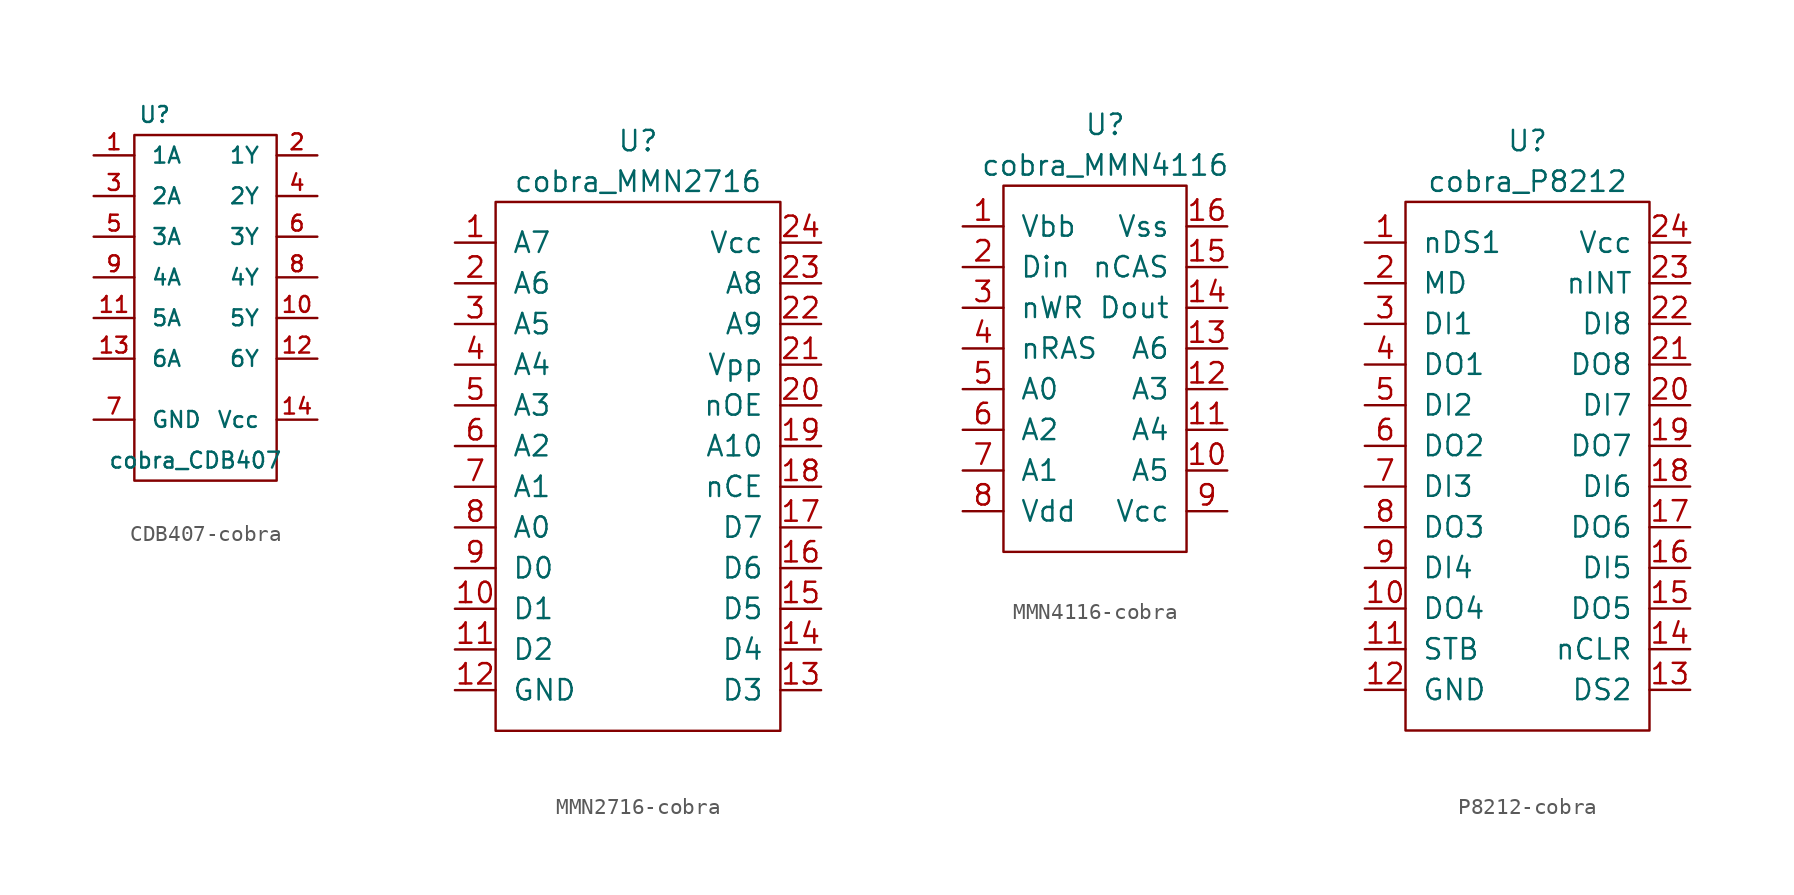
<source format=kicad_sym>
(kicad_symbol_lib
  (version 20220914)
  (generator kicad_symbol_editor)
  (symbol "CDB407-cobra"
    (pin_names
      (offset 1.016))
    (property "Reference" "U"
      (at -3.81 1.27 0)
      (effects (font (size 0.991 0.991))))
    (property "Value" "cobra_CDB407"
      (at -1.27 -20.32 0)
      (effects (font (size 0.991 0.991))))
    (symbol "CDB407-cobra_0_1"
      (rectangle (start -5.08 0) (end 3.81 -21.59) (stroke (width 0) (type solid)) (fill (type none))))
    (symbol "CDB407-cobra_1_1"
      (pin input line (at -7.62 -1.27 0) (length 2.54) (name "1A" (effects (font (size 0.991 0.991)))) (number "1" (effects (font (size 0.991 0.991)))))
      (pin open_collector line (at 6.35 -11.43 180) (length 2.54) (name "5Y" (effects (font (size 0.991 0.991)))) (number "10" (effects (font (size 0.991 0.991)))))
      (pin input line (at -7.62 -11.43 0) (length 2.54) (name "5A" (effects (font (size 0.991 0.991)))) (number "11" (effects (font (size 0.991 0.991)))))
      (pin open_collector line (at 6.35 -13.97 180) (length 2.54) (name "6Y" (effects (font (size 0.991 0.991)))) (number "12" (effects (font (size 0.991 0.991)))))
      (pin input line (at -7.62 -13.97 0) (length 2.54) (name "6A" (effects (font (size 0.991 0.991)))) (number "13" (effects (font (size 0.991 0.991)))))
      (pin power_in line (at 6.35 -17.78 180) (length 2.54) (name "Vcc" (effects (font (size 0.991 0.991)))) (number "14" (effects (font (size 0.991 0.991)))))
      (pin open_collector line (at 6.35 -1.27 180) (length 2.54) (name "1Y" (effects (font (size 0.991 0.991)))) (number "2" (effects (font (size 0.991 0.991)))))
      (pin input line (at -7.62 -3.81 0) (length 2.54) (name "2A" (effects (font (size 0.991 0.991)))) (number "3" (effects (font (size 0.991 0.991)))))
      (pin open_collector line (at 6.35 -3.81 180) (length 2.54) (name "2Y" (effects (font (size 0.991 0.991)))) (number "4" (effects (font (size 0.991 0.991)))))
      (pin input line (at -7.62 -6.35 0) (length 2.54) (name "3A" (effects (font (size 0.991 0.991)))) (number "5" (effects (font (size 0.991 0.991)))))
      (pin open_collector line (at 6.35 -6.35 180) (length 2.54) (name "3Y" (effects (font (size 0.991 0.991)))) (number "6" (effects (font (size 0.991 0.991)))))
      (pin power_in line (at -7.62 -17.78 0) (length 2.54) (name "GND" (effects (font (size 0.991 0.991)))) (number "7" (effects (font (size 0.991 0.991)))))
      (pin open_collector line (at 6.35 -8.89 180) (length 2.54) (name "4Y" (effects (font (size 0.991 0.991)))) (number "8" (effects (font (size 0.991 0.991)))))
      (pin input line (at -7.62 -8.89 0) (length 2.54) (name "4A" (effects (font (size 0.991 0.991)))) (number "9" (effects (font (size 0.991 0.991)))))))
  (symbol "MMN2716-cobra"
    (pin_names
      (offset 1.016))
    (property "Reference" "U"
      (at 0 0 0)
      (effects (font (size 1.27 1.27))))
    (property "Value" "cobra_MMN2716"
      (at 0 -2.54 0)
      (effects (font (size 1.27 1.27))))
    (symbol "MMN2716-cobra_0_1"
      (rectangle (start -8.89 -3.81) (end 8.89 -36.83) (stroke (width 0) (type solid)) (fill (type none))))
    (symbol "MMN2716-cobra_1_1"
      (pin input line (at -11.43 -6.35 0) (length 2.54) (name "A7" (effects (font (size 1.27 1.27)))) (number "1" (effects (font (size 1.27 1.27)))))
      (pin bidirectional line (at -11.43 -29.21 0) (length 2.54) (name "D1" (effects (font (size 1.27 1.27)))) (number "10" (effects (font (size 1.27 1.27)))))
      (pin bidirectional line (at -11.43 -31.75 0) (length 2.54) (name "D2" (effects (font (size 1.27 1.27)))) (number "11" (effects (font (size 1.27 1.27)))))
      (pin power_out line (at -11.43 -34.29 0) (length 2.54) (name "GND" (effects (font (size 1.27 1.27)))) (number "12" (effects (font (size 1.27 1.27)))))
      (pin bidirectional line (at 11.43 -34.29 180) (length 2.54) (name "D3" (effects (font (size 1.27 1.27)))) (number "13" (effects (font (size 1.27 1.27)))))
      (pin bidirectional line (at 11.43 -31.75 180) (length 2.54) (name "D4" (effects (font (size 1.27 1.27)))) (number "14" (effects (font (size 1.27 1.27)))))
      (pin bidirectional line (at 11.43 -29.21 180) (length 2.54) (name "D5" (effects (font (size 1.27 1.27)))) (number "15" (effects (font (size 1.27 1.27)))))
      (pin bidirectional line (at 11.43 -26.67 180) (length 2.54) (name "D6" (effects (font (size 1.27 1.27)))) (number "16" (effects (font (size 1.27 1.27)))))
      (pin bidirectional line (at 11.43 -24.13 180) (length 2.54) (name "D7" (effects (font (size 1.27 1.27)))) (number "17" (effects (font (size 1.27 1.27)))))
      (pin input line (at 11.43 -21.59 180) (length 2.54) (name "nCE" (effects (font (size 1.27 1.27)))) (number "18" (effects (font (size 1.27 1.27)))))
      (pin input line (at 11.43 -19.05 180) (length 2.54) (name "A10" (effects (font (size 1.27 1.27)))) (number "19" (effects (font (size 1.27 1.27)))))
      (pin input line (at -11.43 -8.89 0) (length 2.54) (name "A6" (effects (font (size 1.27 1.27)))) (number "2" (effects (font (size 1.27 1.27)))))
      (pin input line (at 11.43 -16.51 180) (length 2.54) (name "nOE" (effects (font (size 1.27 1.27)))) (number "20" (effects (font (size 1.27 1.27)))))
      (pin input line (at 11.43 -13.97 180) (length 2.54) (name "Vpp" (effects (font (size 1.27 1.27)))) (number "21" (effects (font (size 1.27 1.27)))))
      (pin input line (at 11.43 -11.43 180) (length 2.54) (name "A9" (effects (font (size 1.27 1.27)))) (number "22" (effects (font (size 1.27 1.27)))))
      (pin input line (at 11.43 -8.89 180) (length 2.54) (name "A8" (effects (font (size 1.27 1.27)))) (number "23" (effects (font (size 1.27 1.27)))))
      (pin power_in line (at 11.43 -6.35 180) (length 2.54) (name "Vcc" (effects (font (size 1.27 1.27)))) (number "24" (effects (font (size 1.27 1.27)))))
      (pin input line (at -11.43 -11.43 0) (length 2.54) (name "A5" (effects (font (size 1.27 1.27)))) (number "3" (effects (font (size 1.27 1.27)))))
      (pin input line (at -11.43 -13.97 0) (length 2.54) (name "A4" (effects (font (size 1.27 1.27)))) (number "4" (effects (font (size 1.27 1.27)))))
      (pin input line (at -11.43 -16.51 0) (length 2.54) (name "A3" (effects (font (size 1.27 1.27)))) (number "5" (effects (font (size 1.27 1.27)))))
      (pin input line (at -11.43 -19.05 0) (length 2.54) (name "A2" (effects (font (size 1.27 1.27)))) (number "6" (effects (font (size 1.27 1.27)))))
      (pin input line (at -11.43 -21.59 0) (length 2.54) (name "A1" (effects (font (size 1.27 1.27)))) (number "7" (effects (font (size 1.27 1.27)))))
      (pin input line (at -11.43 -24.13 0) (length 2.54) (name "A0" (effects (font (size 1.27 1.27)))) (number "8" (effects (font (size 1.27 1.27)))))
      (pin bidirectional line (at -11.43 -26.67 0) (length 2.54) (name "D0" (effects (font (size 1.27 1.27)))) (number "9" (effects (font (size 1.27 1.27)))))))
  (symbol "MMN4116-cobra"
    (pin_names
      (offset 1.016))
    (property "Reference" "U"
      (at 0 0 0)
      (effects (font (size 1.27 1.27))))
    (property "Value" "cobra_MMN4116"
      (at 0 -2.54 0)
      (effects (font (size 1.27 1.27))))
    (symbol "MMN4116-cobra_0_1"
      (rectangle (start -6.35 -3.81) (end 5.08 -26.67) (stroke (width 0) (type solid)) (fill (type none))))
    (symbol "MMN4116-cobra_1_1"
      (pin power_in line (at -8.89 -6.35 0) (length 2.54) (name "Vbb" (effects (font (size 1.27 1.27)))) (number "1" (effects (font (size 1.27 1.27)))))
      (pin input line (at 7.62 -21.59 180) (length 2.54) (name "A5" (effects (font (size 1.27 1.27)))) (number "10" (effects (font (size 1.27 1.27)))))
      (pin input line (at 7.62 -19.05 180) (length 2.54) (name "A4" (effects (font (size 1.27 1.27)))) (number "11" (effects (font (size 1.27 1.27)))))
      (pin input line (at 7.62 -16.51 180) (length 2.54) (name "A3" (effects (font (size 1.27 1.27)))) (number "12" (effects (font (size 1.27 1.27)))))
      (pin input line (at 7.62 -13.97 180) (length 2.54) (name "A6" (effects (font (size 1.27 1.27)))) (number "13" (effects (font (size 1.27 1.27)))))
      (pin output line (at 7.62 -11.43 180) (length 2.54) (name "Dout" (effects (font (size 1.27 1.27)))) (number "14" (effects (font (size 1.27 1.27)))))
      (pin input line (at 7.62 -8.89 180) (length 2.54) (name "nCAS" (effects (font (size 1.27 1.27)))) (number "15" (effects (font (size 1.27 1.27)))))
      (pin power_out line (at 7.62 -6.35 180) (length 2.54) (name "Vss" (effects (font (size 1.27 1.27)))) (number "16" (effects (font (size 1.27 1.27)))))
      (pin input line (at -8.89 -8.89 0) (length 2.54) (name "Din" (effects (font (size 1.27 1.27)))) (number "2" (effects (font (size 1.27 1.27)))))
      (pin input line (at -8.89 -11.43 0) (length 2.54) (name "nWR" (effects (font (size 1.27 1.27)))) (number "3" (effects (font (size 1.27 1.27)))))
      (pin input line (at -8.89 -13.97 0) (length 2.54) (name "nRAS" (effects (font (size 1.27 1.27)))) (number "4" (effects (font (size 1.27 1.27)))))
      (pin input line (at -8.89 -16.51 0) (length 2.54) (name "A0" (effects (font (size 1.27 1.27)))) (number "5" (effects (font (size 1.27 1.27)))))
      (pin input line (at -8.89 -19.05 0) (length 2.54) (name "A2" (effects (font (size 1.27 1.27)))) (number "6" (effects (font (size 1.27 1.27)))))
      (pin input line (at -8.89 -21.59 0) (length 2.54) (name "A1" (effects (font (size 1.27 1.27)))) (number "7" (effects (font (size 1.27 1.27)))))
      (pin power_in line (at -8.89 -24.13 0) (length 2.54) (name "Vdd" (effects (font (size 1.27 1.27)))) (number "8" (effects (font (size 1.27 1.27)))))
      (pin power_in line (at 7.62 -24.13 180) (length 2.54) (name "Vcc" (effects (font (size 1.27 1.27)))) (number "9" (effects (font (size 1.27 1.27)))))))
  (symbol "P8212-cobra"
    (pin_names
      (offset 1.016))
    (property "Reference" "U"
      (at 0 0 0)
      (effects (font (size 1.27 1.27))))
    (property "Value" "cobra_P8212"
      (at 0 -2.54 0)
      (effects (font (size 1.27 1.27))))
    (symbol "P8212-cobra_0_1"
      (rectangle (start -7.62 -3.81) (end 7.62 -36.83) (stroke (width 0) (type solid)) (fill (type none))))
    (symbol "P8212-cobra_1_1"
      (pin input line (at -10.16 -6.35 0) (length 2.54) (name "nDS1" (effects (font (size 1.27 1.27)))) (number "1" (effects (font (size 1.27 1.27)))))
      (pin output line (at -10.16 -29.21 0) (length 2.54) (name "DO4" (effects (font (size 1.27 1.27)))) (number "10" (effects (font (size 1.27 1.27)))))
      (pin input line (at -10.16 -31.75 0) (length 2.54) (name "STB" (effects (font (size 1.27 1.27)))) (number "11" (effects (font (size 1.27 1.27)))))
      (pin power_out line (at -10.16 -34.29 0) (length 2.54) (name "GND" (effects (font (size 1.27 1.27)))) (number "12" (effects (font (size 1.27 1.27)))))
      (pin input line (at 10.16 -34.29 180) (length 2.54) (name "DS2" (effects (font (size 1.27 1.27)))) (number "13" (effects (font (size 1.27 1.27)))))
      (pin input line (at 10.16 -31.75 180) (length 2.54) (name "nCLR" (effects (font (size 1.27 1.27)))) (number "14" (effects (font (size 1.27 1.27)))))
      (pin output line (at 10.16 -29.21 180) (length 2.54) (name "DO5" (effects (font (size 1.27 1.27)))) (number "15" (effects (font (size 1.27 1.27)))))
      (pin input line (at 10.16 -26.67 180) (length 2.54) (name "DI5" (effects (font (size 1.27 1.27)))) (number "16" (effects (font (size 1.27 1.27)))))
      (pin output line (at 10.16 -24.13 180) (length 2.54) (name "DO6" (effects (font (size 1.27 1.27)))) (number "17" (effects (font (size 1.27 1.27)))))
      (pin input line (at 10.16 -21.59 180) (length 2.54) (name "DI6" (effects (font (size 1.27 1.27)))) (number "18" (effects (font (size 1.27 1.27)))))
      (pin output line (at 10.16 -19.05 180) (length 2.54) (name "DO7" (effects (font (size 1.27 1.27)))) (number "19" (effects (font (size 1.27 1.27)))))
      (pin input line (at -10.16 -8.89 0) (length 2.54) (name "MD" (effects (font (size 1.27 1.27)))) (number "2" (effects (font (size 1.27 1.27)))))
      (pin input line (at 10.16 -16.51 180) (length 2.54) (name "DI7" (effects (font (size 1.27 1.27)))) (number "20" (effects (font (size 1.27 1.27)))))
      (pin output line (at 10.16 -13.97 180) (length 2.54) (name "DO8" (effects (font (size 1.27 1.27)))) (number "21" (effects (font (size 1.27 1.27)))))
      (pin input line (at 10.16 -11.43 180) (length 2.54) (name "DI8" (effects (font (size 1.27 1.27)))) (number "22" (effects (font (size 1.27 1.27)))))
      (pin output line (at 10.16 -8.89 180) (length 2.54) (name "nINT" (effects (font (size 1.27 1.27)))) (number "23" (effects (font (size 1.27 1.27)))))
      (pin power_in line (at 10.16 -6.35 180) (length 2.54) (name "Vcc" (effects (font (size 1.27 1.27)))) (number "24" (effects (font (size 1.27 1.27)))))
      (pin input line (at -10.16 -11.43 0) (length 2.54) (name "DI1" (effects (font (size 1.27 1.27)))) (number "3" (effects (font (size 1.27 1.27)))))
      (pin output line (at -10.16 -13.97 0) (length 2.54) (name "DO1" (effects (font (size 1.27 1.27)))) (number "4" (effects (font (size 1.27 1.27)))))
      (pin input line (at -10.16 -16.51 0) (length 2.54) (name "DI2" (effects (font (size 1.27 1.27)))) (number "5" (effects (font (size 1.27 1.27)))))
      (pin output line (at -10.16 -19.05 0) (length 2.54) (name "DO2" (effects (font (size 1.27 1.27)))) (number "6" (effects (font (size 1.27 1.27)))))
      (pin input line (at -10.16 -21.59 0) (length 2.54) (name "DI3" (effects (font (size 1.27 1.27)))) (number "7" (effects (font (size 1.27 1.27)))))
      (pin output line (at -10.16 -24.13 0) (length 2.54) (name "DO3" (effects (font (size 1.27 1.27)))) (number "8" (effects (font (size 1.27 1.27)))))
      (pin input line (at -10.16 -26.67 0) (length 2.54) (name "DI4" (effects (font (size 1.27 1.27)))) (number "9" (effects (font (size 1.27 1.27))))))))
</source>
